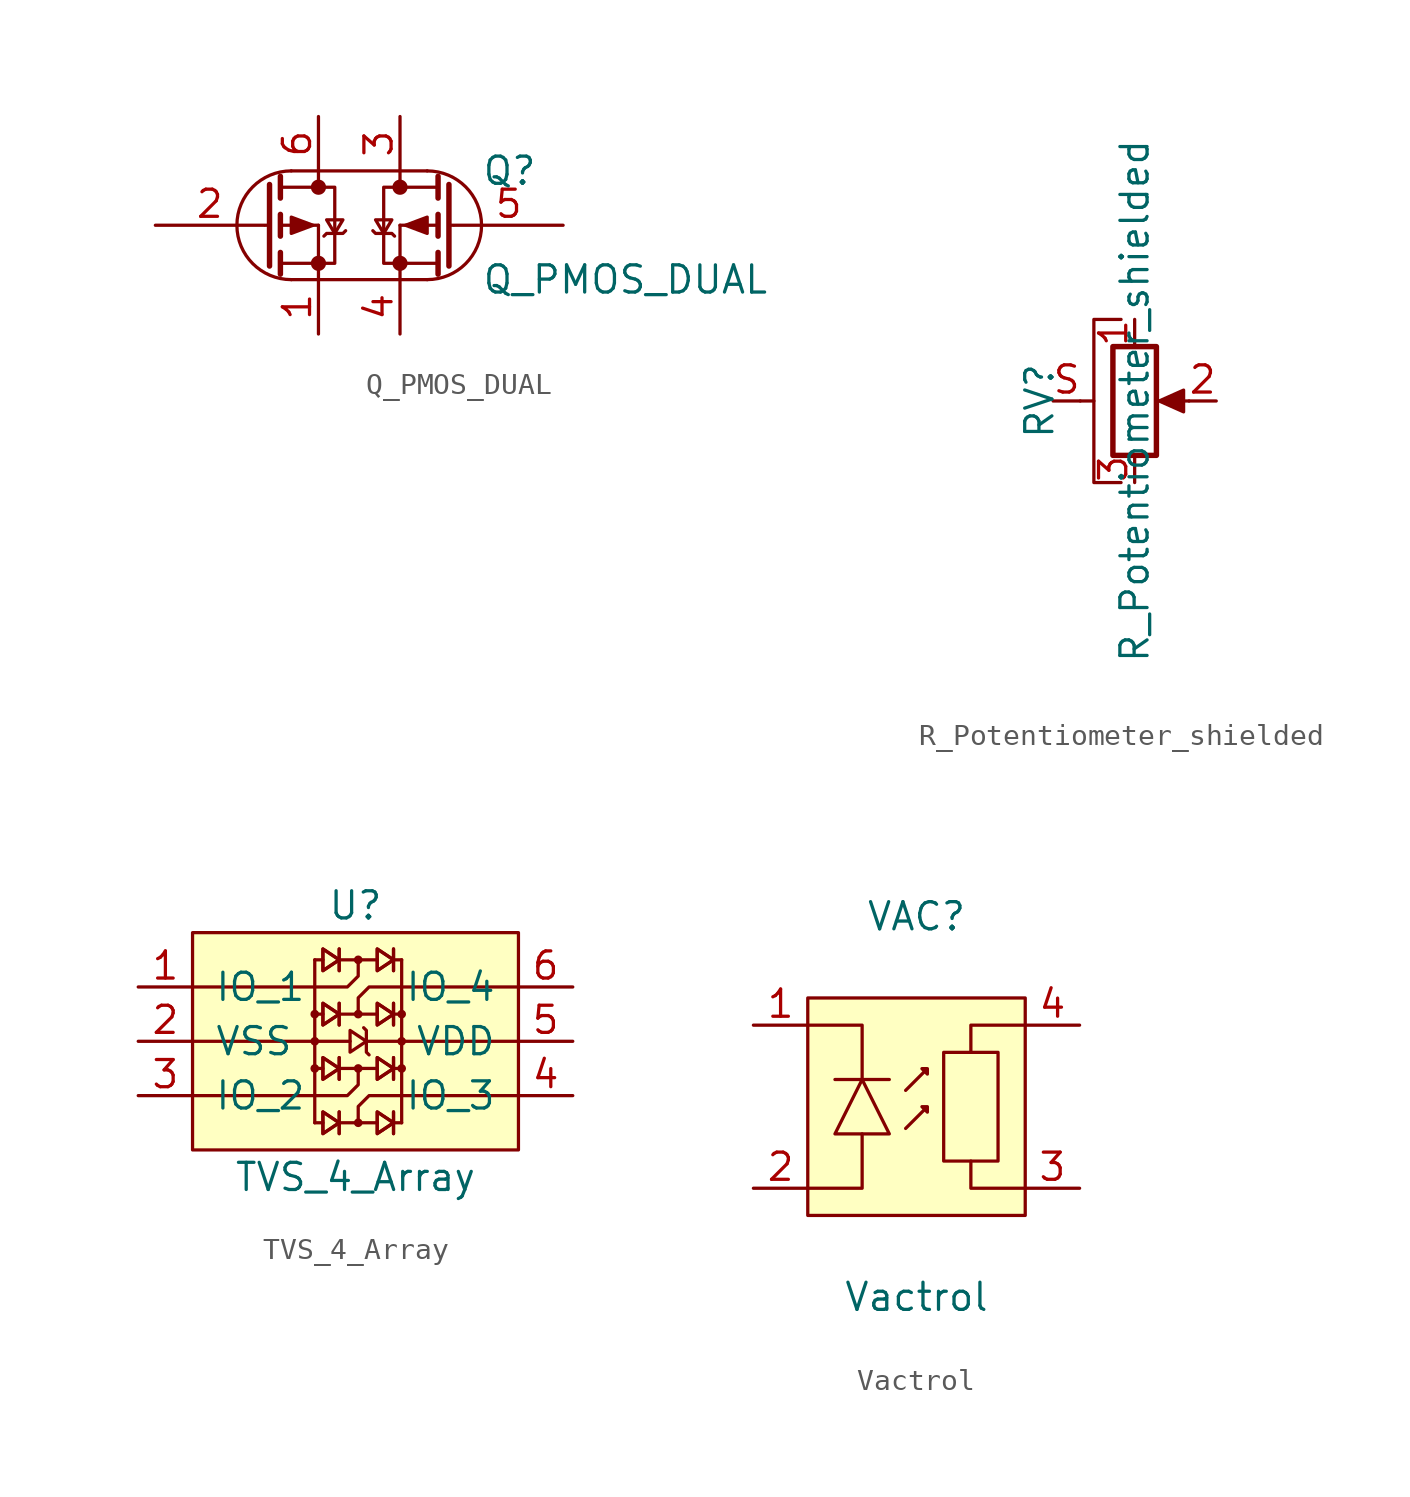
<source format=kicad_sym>
(kicad_symbol_lib
  (version 20211014)
  (generator kicad_symbol_editor)
  (symbol "Q_PMOS_DUAL"
    (pin_names
      (offset 0) hide)
    (property "Reference" "Q"
      (at 6.35 2.54 0)
      (effects (font (size 1.27 1.27)) (justify left)))
    (property "Value" "Q_PMOS_DUAL"
      (at 6.35 -2.54 0)
      (effects (font (size 1.27 1.27)) (justify left)))
    (symbol "Q_PMOS_DUAL_0_1"
      (arc (start -2.54 2.54) (mid -5.08 0) (end -2.54 -2.54) (stroke (width 0) (type default) (color 0 0 0 0)) (fill (type none)))
      (circle (center -1.27 -1.778) (radius 0.279) (stroke (width 0) (type default) (color 0 0 0 0)) (fill (type outline)))
      (circle (center -1.27 1.778) (radius 0.279) (stroke (width 0) (type default) (color 0 0 0 0)) (fill (type outline)))
      (polyline (pts (xy -3.759 0) (xy -3.556 0)) (stroke (width 0) (type default) (color 0 0 0 0)) (fill (type none)))
      (polyline (pts (xy -3.048 -1.778) (xy -1.27 -1.778)) (stroke (width 0) (type default) (color 0 0 0 0)) (fill (type none)))
      (polyline (pts (xy -3.048 -1.27) (xy -3.048 -2.286)) (stroke (width 0.254) (type default) (color 0 0 0 0)) (fill (type none)))
      (polyline (pts (xy -3.048 0) (xy -1.27 0)) (stroke (width 0) (type default) (color 0 0 0 0)) (fill (type none)))
      (polyline (pts (xy -3.048 0.508) (xy -3.048 -0.508)) (stroke (width 0.254) (type default) (color 0 0 0 0)) (fill (type none)))
      (polyline (pts (xy -3.048 1.778) (xy -1.27 1.778)) (stroke (width 0) (type default) (color 0 0 0 0)) (fill (type none)))
      (polyline (pts (xy -3.048 2.286) (xy -3.048 1.27)) (stroke (width 0.254) (type default) (color 0 0 0 0)) (fill (type none)))
      (polyline (pts (xy -2.54 2.54) (xy 3.81 2.54)) (stroke (width 0) (type default) (color 0 0 0 0)) (fill (type none)))
      (polyline (pts (xy -1.27 -1.778) (xy -1.27 -2.54)) (stroke (width 0) (type default) (color 0 0 0 0)) (fill (type none)))
      (polyline (pts (xy -1.27 -1.778) (xy -1.27 0)) (stroke (width 0) (type default) (color 0 0 0 0)) (fill (type none)))
      (polyline (pts (xy -1.27 2.54) (xy -1.27 1.778)) (stroke (width 0) (type default) (color 0 0 0 0)) (fill (type none)))
      (polyline (pts (xy 2.54 -1.778) (xy 2.54 -2.54)) (stroke (width 0) (type default) (color 0 0 0 0)) (fill (type none)))
      (polyline (pts (xy 2.54 -1.778) (xy 2.54 0)) (stroke (width 0) (type default) (color 0 0 0 0)) (fill (type none)))
      (polyline (pts (xy 2.54 2.54) (xy 2.54 1.778)) (stroke (width 0) (type default) (color 0 0 0 0)) (fill (type none)))
      (polyline (pts (xy 3.81 -2.54) (xy -2.54 -2.54)) (stroke (width 0) (type default) (color 0 0 0 0)) (fill (type none)))
      (polyline (pts (xy 4.318 -1.778) (xy 2.54 -1.778)) (stroke (width 0) (type default) (color 0 0 0 0)) (fill (type none)))
      (polyline (pts (xy 4.318 -1.27) (xy 4.318 -2.286)) (stroke (width 0.254) (type default) (color 0 0 0 0)) (fill (type none)))
      (polyline (pts (xy 4.318 0) (xy 2.54 0)) (stroke (width 0) (type default) (color 0 0 0 0)) (fill (type none)))
      (polyline (pts (xy 4.318 0.508) (xy 4.318 -0.508)) (stroke (width 0.254) (type default) (color 0 0 0 0)) (fill (type none)))
      (polyline (pts (xy 4.318 1.778) (xy 2.54 1.778)) (stroke (width 0) (type default) (color 0 0 0 0)) (fill (type none)))
      (polyline (pts (xy 4.318 2.286) (xy 4.318 1.27)) (stroke (width 0.254) (type default) (color 0 0 0 0)) (fill (type none)))
      (polyline (pts (xy 5.029 0) (xy 4.826 0)) (stroke (width 0) (type default) (color 0 0 0 0)) (fill (type none)))
      (polyline (pts (xy -3.556 1.905) (xy -3.556 -1.905) (xy -3.556 -1.905)) (stroke (width 0.254) (type default) (color 0 0 0 0)) (fill (type none)))
      (polyline (pts (xy 4.826 1.905) (xy 4.826 -1.905) (xy 4.826 -1.905)) (stroke (width 0.254) (type default) (color 0 0 0 0)) (fill (type none)))
      (polyline (pts (xy -1.524 0) (xy -2.54 -0.381) (xy -2.54 0.381) (xy -1.524 0)) (stroke (width 0) (type default) (color 0 0 0 0)) (fill (type outline)))
      (polyline (pts (xy -1.27 -1.778) (xy -0.508 -1.778) (xy -0.508 1.778) (xy -1.27 1.778)) (stroke (width 0) (type default) (color 0 0 0 0)) (fill (type none)))
      (polyline (pts (xy -1.016 -0.508) (xy -0.889 -0.381) (xy -0.127 -0.381) (xy 0 -0.254)) (stroke (width 0) (type default) (color 0 0 0 0)) (fill (type none)))
      (polyline (pts (xy -0.508 -0.381) (xy -0.889 0.254) (xy -0.127 0.254) (xy -0.508 -0.381)) (stroke (width 0) (type default) (color 0 0 0 0)) (fill (type none)))
      (polyline (pts (xy 1.778 -0.381) (xy 2.159 0.254) (xy 1.397 0.254) (xy 1.778 -0.381)) (stroke (width 0) (type default) (color 0 0 0 0)) (fill (type none)))
      (polyline (pts (xy 2.286 -0.508) (xy 2.159 -0.381) (xy 1.397 -0.381) (xy 1.27 -0.254)) (stroke (width 0) (type default) (color 0 0 0 0)) (fill (type none)))
      (polyline (pts (xy 2.54 -1.778) (xy 1.778 -1.778) (xy 1.778 1.778) (xy 2.54 1.778)) (stroke (width 0) (type default) (color 0 0 0 0)) (fill (type none)))
      (polyline (pts (xy 2.794 0) (xy 3.81 -0.381) (xy 3.81 0.381) (xy 2.794 0)) (stroke (width 0) (type default) (color 0 0 0 0)) (fill (type outline)))
      (circle (center 2.54 -1.778) (radius 0.279) (stroke (width 0) (type default) (color 0 0 0 0)) (fill (type outline)))
      (circle (center 2.54 1.778) (radius 0.279) (stroke (width 0) (type default) (color 0 0 0 0)) (fill (type outline)))
      (arc (start 3.81 -2.54) (mid 6.35 0) (end 3.81 2.54) (stroke (width 0) (type default) (color 0 0 0 0)) (fill (type none))))
    (symbol "Q_PMOS_DUAL_1_1"
      (pin passive line (at -1.27 -5.08 90) (length 2.54) (name "S1" (effects (font (size 1.27 1.27)))) (number "1" (effects (font (size 1.27 1.27)))))
      (pin input line (at -8.89 0 0) (length 5.08) (name "G1" (effects (font (size 1.27 1.27)))) (number "2" (effects (font (size 1.27 1.27)))))
      (pin passive line (at 2.54 5.08 270) (length 2.54) (name "D2" (effects (font (size 1.27 1.27)))) (number "3" (effects (font (size 1.27 1.27)))))
      (pin passive line (at 2.54 -5.08 90) (length 2.54) (name "S2" (effects (font (size 1.27 1.27)))) (number "4" (effects (font (size 1.27 1.27)))))
      (pin input line (at 10.16 0 180) (length 5.08) (name "G2" (effects (font (size 1.27 1.27)))) (number "5" (effects (font (size 1.27 1.27)))))
      (pin passive line (at -1.27 5.08 270) (length 2.54) (name "D1" (effects (font (size 1.27 1.27)))) (number "6" (effects (font (size 1.27 1.27)))))))
  (symbol "R_Potentiometer_shielded"
    (pin_names
      (offset 1.016) hide)
    (property "Reference" "RV"
      (at -4.445 0 90)
      (effects (font (size 1.27 1.27))))
    (property "Value" "R_Potentiometer_shielded"
      (at 0 0 90)
      (effects (font (size 1.27 1.27))))
    (symbol "R_Potentiometer_shielded_0_1"
      (polyline (pts (xy -2.54 0) (xy -1.905 0)) (stroke (width 0) (type default) (color 0 0 0 0)) (fill (type none)))
      (polyline (pts (xy 2.54 0) (xy 1.524 0)) (stroke (width 0) (type default) (color 0 0 0 0)) (fill (type none)))
      (polyline (pts (xy -0.635 3.81) (xy -1.905 3.81) (xy -1.905 -3.81) (xy -0.635 -3.81)) (stroke (width 0) (type default) (color 0 0 0 0)) (fill (type none)))
      (polyline (pts (xy 1.143 0) (xy 2.286 0.508) (xy 2.286 -0.508) (xy 1.143 0)) (stroke (width 0) (type default) (color 0 0 0 0)) (fill (type outline)))
      (rectangle (start 1.016 2.54) (end -1.016 -2.54) (stroke (width 0.254) (type default) (color 0 0 0 0)) (fill (type none))))
    (symbol "R_Potentiometer_shielded_1_1"
      (pin passive line (at 0 3.81 270) (length 1.27) (name "1" (effects (font (size 1.27 1.27)))) (number "1" (effects (font (size 1.27 1.27)))))
      (pin passive line (at 3.81 0 180) (length 1.27) (name "2" (effects (font (size 1.27 1.27)))) (number "2" (effects (font (size 1.27 1.27)))))
      (pin passive line (at 0 -3.81 90) (length 1.27) (name "3" (effects (font (size 1.27 1.27)))) (number "3" (effects (font (size 1.27 1.27)))))
      (pin passive line (at -3.81 0 0) (length 1.27) (name "shield" (effects (font (size 1.27 1.27)))) (number "S" (effects (font (size 1.27 1.27)))))))
  (symbol "TVS_4_Array"
    (pin_names
      (offset 1.016))
    (property "Reference" "U"
      (at 0 7.62 0)
      (effects (font (size 1.27 1.27))))
    (property "Value" "TVS_4_Array"
      (at 0 -5.08 0)
      (effects (font (size 1.27 1.27))))
    (symbol "TVS_4_Array_0_1"
      (rectangle (start -7.62 6.35) (end 7.62 -3.81) (stroke (width 0) (type default) (color 0 0 0 0)) (fill (type background)))
      (circle (center -1.905 0) (radius 0.127) (stroke (width 0) (type default) (color 0 0 0 0)) (fill (type none)))
      (circle (center -1.905 1.27) (radius 0.127) (stroke (width 0) (type default) (color 0 0 0 0)) (fill (type none)))
      (circle (center -1.905 2.54) (radius 0.127) (stroke (width 0) (type default) (color 0 0 0 0)) (fill (type none)))
      (polyline (pts (xy -7.62 1.27) (xy -0.254 1.27)) (stroke (width 0) (type default) (color 0 0 0 0)) (fill (type none)))
      (polyline (pts (xy -1.905 5.08) (xy -1.905 -2.54)) (stroke (width 0) (type default) (color 0 0 0 0)) (fill (type none)))
      (polyline (pts (xy -1.524 -2.54) (xy -1.905 -2.54)) (stroke (width 0) (type default) (color 0 0 0 0)) (fill (type none)))
      (polyline (pts (xy -1.524 0) (xy -1.905 0)) (stroke (width 0) (type default) (color 0 0 0 0)) (fill (type none)))
      (polyline (pts (xy -1.524 2.54) (xy -1.905 2.54)) (stroke (width 0) (type default) (color 0 0 0 0)) (fill (type none)))
      (polyline (pts (xy -1.524 5.08) (xy -1.905 5.08)) (stroke (width 0) (type default) (color 0 0 0 0)) (fill (type none)))
      (polyline (pts (xy -0.762 -2.54) (xy 1.016 -2.54)) (stroke (width 0) (type default) (color 0 0 0 0)) (fill (type none)))
      (polyline (pts (xy -0.762 -2.032) (xy -0.762 -3.048)) (stroke (width 0) (type default) (color 0 0 0 0)) (fill (type none)))
      (polyline (pts (xy -0.762 -2.032) (xy -0.762 -3.048)) (stroke (width 0) (type default) (color 0 0 0 0)) (fill (type none)))
      (polyline (pts (xy -0.762 0) (xy 1.016 0)) (stroke (width 0) (type default) (color 0 0 0 0)) (fill (type none)))
      (polyline (pts (xy -0.762 0.508) (xy -0.762 -0.508)) (stroke (width 0) (type default) (color 0 0 0 0)) (fill (type none)))
      (polyline (pts (xy -0.762 0.508) (xy -0.762 -0.508)) (stroke (width 0) (type default) (color 0 0 0 0)) (fill (type none)))
      (polyline (pts (xy -0.762 2.54) (xy 1.016 2.54)) (stroke (width 0) (type default) (color 0 0 0 0)) (fill (type none)))
      (polyline (pts (xy -0.762 3.048) (xy -0.762 2.032)) (stroke (width 0) (type default) (color 0 0 0 0)) (fill (type none)))
      (polyline (pts (xy -0.762 3.048) (xy -0.762 2.032)) (stroke (width 0) (type default) (color 0 0 0 0)) (fill (type none)))
      (polyline (pts (xy -0.762 5.08) (xy 1.016 5.08)) (stroke (width 0) (type default) (color 0 0 0 0)) (fill (type none)))
      (polyline (pts (xy -0.762 5.588) (xy -0.762 4.572)) (stroke (width 0) (type default) (color 0 0 0 0)) (fill (type none)))
      (polyline (pts (xy -0.762 5.588) (xy -0.762 4.572)) (stroke (width 0) (type default) (color 0 0 0 0)) (fill (type none)))
      (polyline (pts (xy 0.508 1.27) (xy 7.62 1.27)) (stroke (width 0) (type default) (color 0 0 0 0)) (fill (type none)))
      (polyline (pts (xy 1.778 -2.54) (xy 2.159 -2.54)) (stroke (width 0) (type default) (color 0 0 0 0)) (fill (type none)))
      (polyline (pts (xy 1.778 -2.032) (xy 1.778 -3.048)) (stroke (width 0) (type default) (color 0 0 0 0)) (fill (type none)))
      (polyline (pts (xy 1.778 -2.032) (xy 1.778 -3.048)) (stroke (width 0) (type default) (color 0 0 0 0)) (fill (type none)))
      (polyline (pts (xy 1.778 0) (xy 2.159 0)) (stroke (width 0) (type default) (color 0 0 0 0)) (fill (type none)))
      (polyline (pts (xy 1.778 0.508) (xy 1.778 -0.508)) (stroke (width 0) (type default) (color 0 0 0 0)) (fill (type none)))
      (polyline (pts (xy 1.778 0.508) (xy 1.778 -0.508)) (stroke (width 0) (type default) (color 0 0 0 0)) (fill (type none)))
      (polyline (pts (xy 1.778 2.54) (xy 2.159 2.54)) (stroke (width 0) (type default) (color 0 0 0 0)) (fill (type none)))
      (polyline (pts (xy 1.778 3.048) (xy 1.778 2.032)) (stroke (width 0) (type default) (color 0 0 0 0)) (fill (type none)))
      (polyline (pts (xy 1.778 3.048) (xy 1.778 2.032)) (stroke (width 0) (type default) (color 0 0 0 0)) (fill (type none)))
      (polyline (pts (xy 1.778 5.08) (xy 2.159 5.08)) (stroke (width 0) (type default) (color 0 0 0 0)) (fill (type none)))
      (polyline (pts (xy 1.778 5.588) (xy 1.778 4.572)) (stroke (width 0) (type default) (color 0 0 0 0)) (fill (type none)))
      (polyline (pts (xy 1.778 5.588) (xy 1.778 4.572)) (stroke (width 0) (type default) (color 0 0 0 0)) (fill (type none)))
      (polyline (pts (xy 2.159 5.08) (xy 2.159 -2.54)) (stroke (width 0) (type default) (color 0 0 0 0)) (fill (type none)))
      (polyline (pts (xy 0.508 1.27) (xy 0.508 0.762) (xy 0.635 0.635)) (stroke (width 0) (type default) (color 0 0 0 0)) (fill (type none)))
      (polyline (pts (xy 0.508 1.27) (xy 0.508 1.778) (xy 0.381 1.905)) (stroke (width 0) (type default) (color 0 0 0 0)) (fill (type none)))
      (polyline (pts (xy -7.62 -1.27) (xy -0.381 -1.27) (xy 0.127 -0.762) (xy 0.127 0)) (stroke (width 0) (type default) (color 0 0 0 0)) (fill (type none)))
      (polyline (pts (xy -7.62 3.81) (xy -0.381 3.81) (xy 0.127 4.318) (xy 0.127 5.08)) (stroke (width 0) (type default) (color 0 0 0 0)) (fill (type none)))
      (polyline (pts (xy 0.508 1.27) (xy -0.254 1.778) (xy -0.254 0.762) (xy 0.508 1.27)) (stroke (width 0) (type default) (color 0 0 0 0)) (fill (type none)))
      (polyline (pts (xy 7.62 -1.27) (xy 0.635 -1.27) (xy 0.127 -1.778) (xy 0.127 -2.413)) (stroke (width 0) (type default) (color 0 0 0 0)) (fill (type none)))
      (polyline (pts (xy 7.62 3.81) (xy 0.635 3.81) (xy 0.127 3.302) (xy 0.127 2.667)) (stroke (width 0) (type default) (color 0 0 0 0)) (fill (type none)))
      (circle (center 0.127 -2.54) (radius 0.127) (stroke (width 0) (type default) (color 0 0 0 0)) (fill (type none)))
      (circle (center 0.127 0) (radius 0.127) (stroke (width 0) (type default) (color 0 0 0 0)) (fill (type none)))
      (circle (center 0.127 2.54) (radius 0.127) (stroke (width 0) (type default) (color 0 0 0 0)) (fill (type none)))
      (circle (center 0.127 5.08) (radius 0.127) (stroke (width 0) (type default) (color 0 0 0 0)) (fill (type none)))
      (circle (center 2.159 0) (radius 0.127) (stroke (width 0) (type default) (color 0 0 0 0)) (fill (type none)))
      (circle (center 2.159 1.27) (radius 0.127) (stroke (width 0) (type default) (color 0 0 0 0)) (fill (type none)))
      (circle (center 2.159 2.54) (radius 0.127) (stroke (width 0) (type default) (color 0 0 0 0)) (fill (type none))))
    (symbol "TVS_4_Array_1_1"
      (polyline (pts (xy -0.762 -2.54) (xy -1.524 -2.032) (xy -1.524 -3.048) (xy -0.762 -2.54)) (stroke (width 0) (type default) (color 0 0 0 0)) (fill (type none)))
      (polyline (pts (xy -0.762 -2.54) (xy -1.524 -2.032) (xy -1.524 -3.048) (xy -0.762 -2.54)) (stroke (width 0) (type default) (color 0 0 0 0)) (fill (type none)))
      (polyline (pts (xy -0.762 0) (xy -1.524 0.508) (xy -1.524 -0.508) (xy -0.762 0)) (stroke (width 0) (type default) (color 0 0 0 0)) (fill (type none)))
      (polyline (pts (xy -0.762 0) (xy -1.524 0.508) (xy -1.524 -0.508) (xy -0.762 0)) (stroke (width 0) (type default) (color 0 0 0 0)) (fill (type none)))
      (polyline (pts (xy -0.762 2.54) (xy -1.524 3.048) (xy -1.524 2.032) (xy -0.762 2.54)) (stroke (width 0) (type default) (color 0 0 0 0)) (fill (type none)))
      (polyline (pts (xy -0.762 2.54) (xy -1.524 3.048) (xy -1.524 2.032) (xy -0.762 2.54)) (stroke (width 0) (type default) (color 0 0 0 0)) (fill (type none)))
      (polyline (pts (xy -0.762 5.08) (xy -1.524 5.588) (xy -1.524 4.572) (xy -0.762 5.08)) (stroke (width 0) (type default) (color 0 0 0 0)) (fill (type none)))
      (polyline (pts (xy -0.762 5.08) (xy -1.524 5.588) (xy -1.524 4.572) (xy -0.762 5.08)) (stroke (width 0) (type default) (color 0 0 0 0)) (fill (type none)))
      (polyline (pts (xy 1.778 -2.54) (xy 1.016 -2.032) (xy 1.016 -3.048) (xy 1.778 -2.54)) (stroke (width 0) (type default) (color 0 0 0 0)) (fill (type none)))
      (polyline (pts (xy 1.778 -2.54) (xy 1.016 -2.032) (xy 1.016 -3.048) (xy 1.778 -2.54)) (stroke (width 0) (type default) (color 0 0 0 0)) (fill (type none)))
      (polyline (pts (xy 1.778 0) (xy 1.016 0.508) (xy 1.016 -0.508) (xy 1.778 0)) (stroke (width 0) (type default) (color 0 0 0 0)) (fill (type none)))
      (polyline (pts (xy 1.778 0) (xy 1.016 0.508) (xy 1.016 -0.508) (xy 1.778 0)) (stroke (width 0) (type default) (color 0 0 0 0)) (fill (type none)))
      (polyline (pts (xy 1.778 2.54) (xy 1.016 3.048) (xy 1.016 2.032) (xy 1.778 2.54)) (stroke (width 0) (type default) (color 0 0 0 0)) (fill (type none)))
      (polyline (pts (xy 1.778 2.54) (xy 1.016 3.048) (xy 1.016 2.032) (xy 1.778 2.54)) (stroke (width 0) (type default) (color 0 0 0 0)) (fill (type none)))
      (polyline (pts (xy 1.778 5.08) (xy 1.016 5.588) (xy 1.016 4.572) (xy 1.778 5.08)) (stroke (width 0) (type default) (color 0 0 0 0)) (fill (type none)))
      (polyline (pts (xy 1.778 5.08) (xy 1.016 5.588) (xy 1.016 4.572) (xy 1.778 5.08)) (stroke (width 0) (type default) (color 0 0 0 0)) (fill (type none)))
      (pin passive line (at -10.16 3.81 0) (length 2.54) (name "IO_1" (effects (font (size 1.27 1.27)))) (number "1" (effects (font (size 1.27 1.27)))))
      (pin power_in line (at -10.16 1.27 0) (length 2.54) (name "VSS" (effects (font (size 1.27 1.27)))) (number "2" (effects (font (size 1.27 1.27)))))
      (pin passive line (at -10.16 -1.27 0) (length 2.54) (name "IO_2" (effects (font (size 1.27 1.27)))) (number "3" (effects (font (size 1.27 1.27)))))
      (pin passive line (at 10.16 -1.27 180) (length 2.54) (name "IO_3" (effects (font (size 1.27 1.27)))) (number "4" (effects (font (size 1.27 1.27)))))
      (pin power_in line (at 10.16 1.27 180) (length 2.54) (name "VDD" (effects (font (size 1.27 1.27)))) (number "5" (effects (font (size 1.27 1.27)))))
      (pin passive line (at 10.16 3.81 180) (length 2.54) (name "IO_4" (effects (font (size 1.27 1.27)))) (number "6" (effects (font (size 1.27 1.27)))))))
  (symbol "Vactrol"
    (pin_names hide)
    (property "Reference" "VAC"
      (at 0 8.89 0)
      (effects (font (size 1.27 1.27))))
    (property "Value" "Vactrol"
      (at 0 -8.89 0)
      (effects (font (size 1.27 1.27))))
    (symbol "Vactrol_0_1"
      (rectangle (start -5.08 5.08) (end 5.08 -5.08) (stroke (width 0) (type default) (color 0 0 0 0)) (fill (type background)))
      (polyline (pts (xy -3.81 1.27) (xy -1.27 1.27)) (stroke (width 0) (type default) (color 0 0 0 0)) (fill (type none)))
      (polyline (pts (xy -5.08 -3.81) (xy -2.54 -3.81) (xy -2.54 -1.27)) (stroke (width 0) (type default) (color 0 0 0 0)) (fill (type none)))
      (polyline (pts (xy -5.08 3.81) (xy -2.54 3.81) (xy -2.54 1.27)) (stroke (width 0) (type default) (color 0 0 0 0)) (fill (type none)))
      (polyline (pts (xy 5.08 -3.81) (xy 2.54 -3.81) (xy 2.54 -2.54)) (stroke (width 0) (type default) (color 0 0 0 0)) (fill (type none)))
      (polyline (pts (xy 5.08 3.81) (xy 2.54 3.81) (xy 2.54 2.54)) (stroke (width 0) (type default) (color 0 0 0 0)) (fill (type none)))
      (polyline (pts (xy -2.54 1.27) (xy -3.81 -1.27) (xy -1.27 -1.27) (xy -2.54 1.27)) (stroke (width 0) (type default) (color 0 0 0 0)) (fill (type none)))
      (polyline (pts (xy -0.508 -1.016) (xy 0.508 0) (xy 0.508 -0.254) (xy 0.254 0) (xy 0.508 0)) (stroke (width 0) (type default) (color 0 0 0 0)) (fill (type none)))
      (polyline (pts (xy -0.508 0.762) (xy 0.508 1.778) (xy 0.508 1.524) (xy 0.254 1.778) (xy 0.508 1.778)) (stroke (width 0) (type default) (color 0 0 0 0)) (fill (type none)))
      (polyline (pts (xy 1.27 2.54) (xy 3.81 2.54) (xy 3.81 -2.54) (xy 1.27 -2.54) (xy 1.27 2.54)) (stroke (width 0) (type default) (color 0 0 0 0)) (fill (type none))))
    (symbol "Vactrol_1_1"
      (pin passive line (at -7.62 3.81 0) (length 2.54) (name "C" (effects (font (size 1.27 1.27)))) (number "1" (effects (font (size 1.27 1.27)))))
      (pin passive line (at -7.62 -3.81 0) (length 2.54) (name "A" (effects (font (size 1.27 1.27)))) (number "2" (effects (font (size 1.27 1.27)))))
      (pin passive line (at 7.62 -3.81 180) (length 2.54) (name "R" (effects (font (size 1.27 1.27)))) (number "3" (effects (font (size 1.27 1.27)))))
      (pin passive line (at 7.62 3.81 180) (length 2.54) (name "R" (effects (font (size 1.27 1.27)))) (number "4" (effects (font (size 1.27 1.27))))))))
</source>
